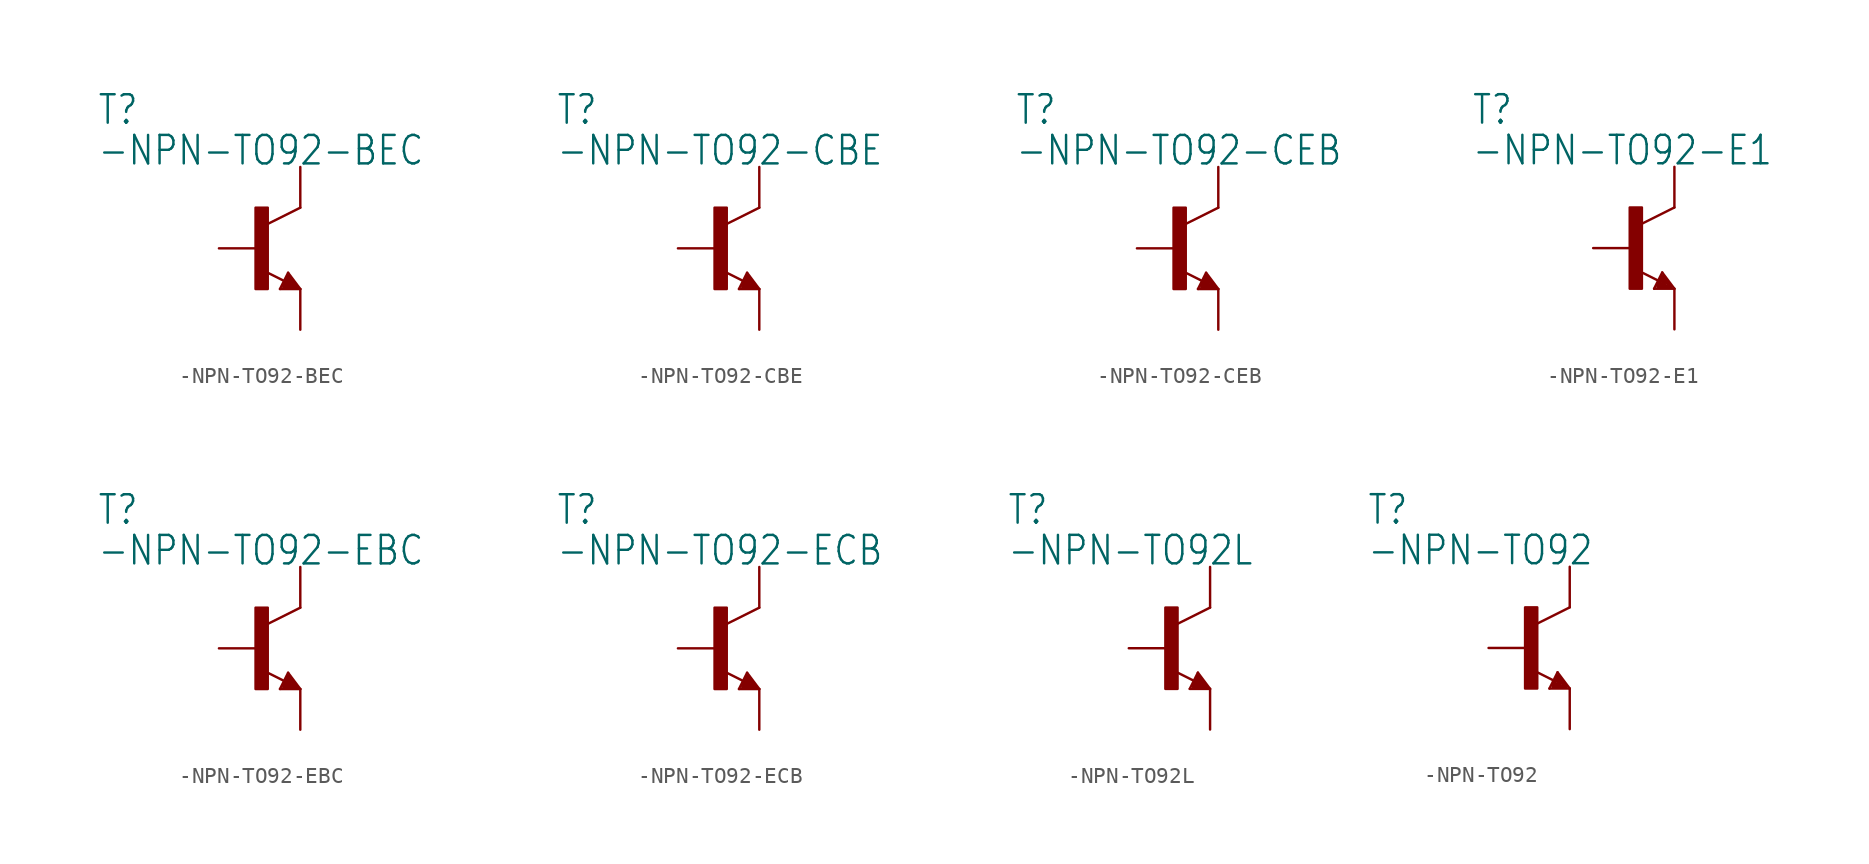
<source format=kicad_sym>
(kicad_symbol_lib
  (version 20211014)
  (generator kicad_symbol_editor)
  (symbol "-NPN-TO92-BEC"
    (property "Reference" "T"
      (at -10.16 7.62 0)
      (effects (font (size 1.778 1.511)) (justify left bottom)))
    (property "Value" "-NPN-TO92-BEC"
      (at -10.16 5.08 0)
      (effects (font (size 1.778 1.511)) (justify left bottom)))
    (property "ki_locked" ""
      (at 0 0 0)
      (effects (font (size 1.27 1.27))))
    (symbol "-NPN-TO92-BEC_1_0"
      (rectangle (start -0.254 -2.54) (end 0.508 2.54) (stroke (width 0) (type default) (color 0 0 0 0)) (fill (type outline)))
      (polyline (pts (xy 1.27 -2.54) (xy 1.778 -1.524)) (stroke (width 0.152) (type default) (color 0 0 0 0)) (fill (type none)))
      (polyline (pts (xy 1.524 -2.413) (xy 2.286 -2.413)) (stroke (width 0.254) (type default) (color 0 0 0 0)) (fill (type none)))
      (polyline (pts (xy 1.524 -2.286) (xy 1.905 -2.286)) (stroke (width 0.254) (type default) (color 0 0 0 0)) (fill (type none)))
      (polyline (pts (xy 1.54 -2.04) (xy 0.308 -1.424)) (stroke (width 0.152) (type default) (color 0 0 0 0)) (fill (type none)))
      (polyline (pts (xy 1.778 -1.778) (xy 1.524 -2.286)) (stroke (width 0.254) (type default) (color 0 0 0 0)) (fill (type none)))
      (polyline (pts (xy 1.778 -1.524) (xy 2.54 -2.54)) (stroke (width 0.152) (type default) (color 0 0 0 0)) (fill (type none)))
      (polyline (pts (xy 1.905 -2.286) (xy 1.778 -2.032)) (stroke (width 0.254) (type default) (color 0 0 0 0)) (fill (type none)))
      (polyline (pts (xy 2.286 -2.413) (xy 1.778 -1.778)) (stroke (width 0.254) (type default) (color 0 0 0 0)) (fill (type none)))
      (polyline (pts (xy 2.54 -2.54) (xy 1.27 -2.54)) (stroke (width 0.152) (type default) (color 0 0 0 0)) (fill (type none)))
      (polyline (pts (xy 2.54 2.54) (xy 0.508 1.524)) (stroke (width 0.152) (type default) (color 0 0 0 0)) (fill (type none)))
      (pin passive line (at -2.54 0 0) (length 2.54) (name "B" (effects (font (size 0 0)))) (number "B" (effects (font (size 0 0)))))
      (pin passive line (at 2.54 5.08 270) (length 2.54) (name "C" (effects (font (size 0 0)))) (number "C" (effects (font (size 0 0)))))
      (pin passive line (at 2.54 -5.08 90) (length 2.54) (name "E" (effects (font (size 0 0)))) (number "E" (effects (font (size 0 0)))))))
  (symbol "-NPN-TO92-CBE"
    (property "Reference" "T"
      (at -10.16 7.62 0)
      (effects (font (size 1.778 1.511)) (justify left bottom)))
    (property "Value" "-NPN-TO92-CBE"
      (at -10.16 5.08 0)
      (effects (font (size 1.778 1.511)) (justify left bottom)))
    (property "ki_locked" ""
      (at 0 0 0)
      (effects (font (size 1.27 1.27))))
    (symbol "-NPN-TO92-CBE_1_0"
      (rectangle (start -0.254 -2.54) (end 0.508 2.54) (stroke (width 0) (type default) (color 0 0 0 0)) (fill (type outline)))
      (polyline (pts (xy 1.27 -2.54) (xy 1.778 -1.524)) (stroke (width 0.152) (type default) (color 0 0 0 0)) (fill (type none)))
      (polyline (pts (xy 1.524 -2.413) (xy 2.286 -2.413)) (stroke (width 0.254) (type default) (color 0 0 0 0)) (fill (type none)))
      (polyline (pts (xy 1.524 -2.286) (xy 1.905 -2.286)) (stroke (width 0.254) (type default) (color 0 0 0 0)) (fill (type none)))
      (polyline (pts (xy 1.54 -2.04) (xy 0.308 -1.424)) (stroke (width 0.152) (type default) (color 0 0 0 0)) (fill (type none)))
      (polyline (pts (xy 1.778 -1.778) (xy 1.524 -2.286)) (stroke (width 0.254) (type default) (color 0 0 0 0)) (fill (type none)))
      (polyline (pts (xy 1.778 -1.524) (xy 2.54 -2.54)) (stroke (width 0.152) (type default) (color 0 0 0 0)) (fill (type none)))
      (polyline (pts (xy 1.905 -2.286) (xy 1.778 -2.032)) (stroke (width 0.254) (type default) (color 0 0 0 0)) (fill (type none)))
      (polyline (pts (xy 2.286 -2.413) (xy 1.778 -1.778)) (stroke (width 0.254) (type default) (color 0 0 0 0)) (fill (type none)))
      (polyline (pts (xy 2.54 -2.54) (xy 1.27 -2.54)) (stroke (width 0.152) (type default) (color 0 0 0 0)) (fill (type none)))
      (polyline (pts (xy 2.54 2.54) (xy 0.508 1.524)) (stroke (width 0.152) (type default) (color 0 0 0 0)) (fill (type none)))
      (pin passive line (at -2.54 0 0) (length 2.54) (name "B" (effects (font (size 0 0)))) (number "B" (effects (font (size 0 0)))))
      (pin passive line (at 2.54 5.08 270) (length 2.54) (name "C" (effects (font (size 0 0)))) (number "C" (effects (font (size 0 0)))))
      (pin passive line (at 2.54 -5.08 90) (length 2.54) (name "E" (effects (font (size 0 0)))) (number "E" (effects (font (size 0 0)))))))
  (symbol "-NPN-TO92-CEB"
    (property "Reference" "T"
      (at -10.16 7.62 0)
      (effects (font (size 1.778 1.511)) (justify left bottom)))
    (property "Value" "-NPN-TO92-CEB"
      (at -10.16 5.08 0)
      (effects (font (size 1.778 1.511)) (justify left bottom)))
    (property "ki_locked" ""
      (at 0 0 0)
      (effects (font (size 1.27 1.27))))
    (symbol "-NPN-TO92-CEB_1_0"
      (rectangle (start -0.254 -2.54) (end 0.508 2.54) (stroke (width 0) (type default) (color 0 0 0 0)) (fill (type outline)))
      (polyline (pts (xy 1.27 -2.54) (xy 1.778 -1.524)) (stroke (width 0.152) (type default) (color 0 0 0 0)) (fill (type none)))
      (polyline (pts (xy 1.524 -2.413) (xy 2.286 -2.413)) (stroke (width 0.254) (type default) (color 0 0 0 0)) (fill (type none)))
      (polyline (pts (xy 1.524 -2.286) (xy 1.905 -2.286)) (stroke (width 0.254) (type default) (color 0 0 0 0)) (fill (type none)))
      (polyline (pts (xy 1.54 -2.04) (xy 0.308 -1.424)) (stroke (width 0.152) (type default) (color 0 0 0 0)) (fill (type none)))
      (polyline (pts (xy 1.778 -1.778) (xy 1.524 -2.286)) (stroke (width 0.254) (type default) (color 0 0 0 0)) (fill (type none)))
      (polyline (pts (xy 1.778 -1.524) (xy 2.54 -2.54)) (stroke (width 0.152) (type default) (color 0 0 0 0)) (fill (type none)))
      (polyline (pts (xy 1.905 -2.286) (xy 1.778 -2.032)) (stroke (width 0.254) (type default) (color 0 0 0 0)) (fill (type none)))
      (polyline (pts (xy 2.286 -2.413) (xy 1.778 -1.778)) (stroke (width 0.254) (type default) (color 0 0 0 0)) (fill (type none)))
      (polyline (pts (xy 2.54 -2.54) (xy 1.27 -2.54)) (stroke (width 0.152) (type default) (color 0 0 0 0)) (fill (type none)))
      (polyline (pts (xy 2.54 2.54) (xy 0.508 1.524)) (stroke (width 0.152) (type default) (color 0 0 0 0)) (fill (type none)))
      (pin passive line (at -2.54 0 0) (length 2.54) (name "B" (effects (font (size 0 0)))) (number "B" (effects (font (size 0 0)))))
      (pin passive line (at 2.54 5.08 270) (length 2.54) (name "C" (effects (font (size 0 0)))) (number "C" (effects (font (size 0 0)))))
      (pin passive line (at 2.54 -5.08 90) (length 2.54) (name "E" (effects (font (size 0 0)))) (number "E" (effects (font (size 0 0)))))))
  (symbol "-NPN-TO92-E1"
    (property "Reference" "T"
      (at -10.16 7.62 0)
      (effects (font (size 1.778 1.511)) (justify left bottom)))
    (property "Value" "-NPN-TO92-E1"
      (at -10.16 5.08 0)
      (effects (font (size 1.778 1.511)) (justify left bottom)))
    (property "ki_locked" ""
      (at 0 0 0)
      (effects (font (size 1.27 1.27))))
    (symbol "-NPN-TO92-E1_1_0"
      (rectangle (start -0.254 -2.54) (end 0.508 2.54) (stroke (width 0) (type default) (color 0 0 0 0)) (fill (type outline)))
      (polyline (pts (xy 1.27 -2.54) (xy 1.778 -1.524)) (stroke (width 0.152) (type default) (color 0 0 0 0)) (fill (type none)))
      (polyline (pts (xy 1.524 -2.413) (xy 2.286 -2.413)) (stroke (width 0.254) (type default) (color 0 0 0 0)) (fill (type none)))
      (polyline (pts (xy 1.524 -2.286) (xy 1.905 -2.286)) (stroke (width 0.254) (type default) (color 0 0 0 0)) (fill (type none)))
      (polyline (pts (xy 1.54 -2.04) (xy 0.308 -1.424)) (stroke (width 0.152) (type default) (color 0 0 0 0)) (fill (type none)))
      (polyline (pts (xy 1.778 -1.778) (xy 1.524 -2.286)) (stroke (width 0.254) (type default) (color 0 0 0 0)) (fill (type none)))
      (polyline (pts (xy 1.778 -1.524) (xy 2.54 -2.54)) (stroke (width 0.152) (type default) (color 0 0 0 0)) (fill (type none)))
      (polyline (pts (xy 1.905 -2.286) (xy 1.778 -2.032)) (stroke (width 0.254) (type default) (color 0 0 0 0)) (fill (type none)))
      (polyline (pts (xy 2.286 -2.413) (xy 1.778 -1.778)) (stroke (width 0.254) (type default) (color 0 0 0 0)) (fill (type none)))
      (polyline (pts (xy 2.54 -2.54) (xy 1.27 -2.54)) (stroke (width 0.152) (type default) (color 0 0 0 0)) (fill (type none)))
      (polyline (pts (xy 2.54 2.54) (xy 0.508 1.524)) (stroke (width 0.152) (type default) (color 0 0 0 0)) (fill (type none)))
      (pin passive line (at 2.54 5.08 270) (length 2.54) (name "C" (effects (font (size 0 0)))) (number "1" (effects (font (size 0 0)))))
      (pin passive line (at -2.54 0 0) (length 2.54) (name "B" (effects (font (size 0 0)))) (number "2" (effects (font (size 0 0)))))
      (pin passive line (at 2.54 -5.08 90) (length 2.54) (name "E" (effects (font (size 0 0)))) (number "3" (effects (font (size 0 0)))))))
  (symbol "-NPN-TO92-EBC"
    (property "Reference" "T"
      (at -10.16 7.62 0)
      (effects (font (size 1.778 1.511)) (justify left bottom)))
    (property "Value" "-NPN-TO92-EBC"
      (at -10.16 5.08 0)
      (effects (font (size 1.778 1.511)) (justify left bottom)))
    (property "ki_locked" ""
      (at 0 0 0)
      (effects (font (size 1.27 1.27))))
    (symbol "-NPN-TO92-EBC_1_0"
      (rectangle (start -0.254 -2.54) (end 0.508 2.54) (stroke (width 0) (type default) (color 0 0 0 0)) (fill (type outline)))
      (polyline (pts (xy 1.27 -2.54) (xy 1.778 -1.524)) (stroke (width 0.152) (type default) (color 0 0 0 0)) (fill (type none)))
      (polyline (pts (xy 1.524 -2.413) (xy 2.286 -2.413)) (stroke (width 0.254) (type default) (color 0 0 0 0)) (fill (type none)))
      (polyline (pts (xy 1.524 -2.286) (xy 1.905 -2.286)) (stroke (width 0.254) (type default) (color 0 0 0 0)) (fill (type none)))
      (polyline (pts (xy 1.54 -2.04) (xy 0.308 -1.424)) (stroke (width 0.152) (type default) (color 0 0 0 0)) (fill (type none)))
      (polyline (pts (xy 1.778 -1.778) (xy 1.524 -2.286)) (stroke (width 0.254) (type default) (color 0 0 0 0)) (fill (type none)))
      (polyline (pts (xy 1.778 -1.524) (xy 2.54 -2.54)) (stroke (width 0.152) (type default) (color 0 0 0 0)) (fill (type none)))
      (polyline (pts (xy 1.905 -2.286) (xy 1.778 -2.032)) (stroke (width 0.254) (type default) (color 0 0 0 0)) (fill (type none)))
      (polyline (pts (xy 2.286 -2.413) (xy 1.778 -1.778)) (stroke (width 0.254) (type default) (color 0 0 0 0)) (fill (type none)))
      (polyline (pts (xy 2.54 -2.54) (xy 1.27 -2.54)) (stroke (width 0.152) (type default) (color 0 0 0 0)) (fill (type none)))
      (polyline (pts (xy 2.54 2.54) (xy 0.508 1.524)) (stroke (width 0.152) (type default) (color 0 0 0 0)) (fill (type none)))
      (pin passive line (at -2.54 0 0) (length 2.54) (name "B" (effects (font (size 0 0)))) (number "B" (effects (font (size 0 0)))))
      (pin passive line (at 2.54 5.08 270) (length 2.54) (name "C" (effects (font (size 0 0)))) (number "C" (effects (font (size 0 0)))))
      (pin passive line (at 2.54 -5.08 90) (length 2.54) (name "E" (effects (font (size 0 0)))) (number "E" (effects (font (size 0 0)))))))
  (symbol "-NPN-TO92-ECB"
    (property "Reference" "T"
      (at -10.16 7.62 0)
      (effects (font (size 1.778 1.511)) (justify left bottom)))
    (property "Value" "-NPN-TO92-ECB"
      (at -10.16 5.08 0)
      (effects (font (size 1.778 1.511)) (justify left bottom)))
    (property "ki_locked" ""
      (at 0 0 0)
      (effects (font (size 1.27 1.27))))
    (symbol "-NPN-TO92-ECB_1_0"
      (rectangle (start -0.254 -2.54) (end 0.508 2.54) (stroke (width 0) (type default) (color 0 0 0 0)) (fill (type outline)))
      (polyline (pts (xy 1.27 -2.54) (xy 1.778 -1.524)) (stroke (width 0.152) (type default) (color 0 0 0 0)) (fill (type none)))
      (polyline (pts (xy 1.524 -2.413) (xy 2.286 -2.413)) (stroke (width 0.254) (type default) (color 0 0 0 0)) (fill (type none)))
      (polyline (pts (xy 1.524 -2.286) (xy 1.905 -2.286)) (stroke (width 0.254) (type default) (color 0 0 0 0)) (fill (type none)))
      (polyline (pts (xy 1.54 -2.04) (xy 0.308 -1.424)) (stroke (width 0.152) (type default) (color 0 0 0 0)) (fill (type none)))
      (polyline (pts (xy 1.778 -1.778) (xy 1.524 -2.286)) (stroke (width 0.254) (type default) (color 0 0 0 0)) (fill (type none)))
      (polyline (pts (xy 1.778 -1.524) (xy 2.54 -2.54)) (stroke (width 0.152) (type default) (color 0 0 0 0)) (fill (type none)))
      (polyline (pts (xy 1.905 -2.286) (xy 1.778 -2.032)) (stroke (width 0.254) (type default) (color 0 0 0 0)) (fill (type none)))
      (polyline (pts (xy 2.286 -2.413) (xy 1.778 -1.778)) (stroke (width 0.254) (type default) (color 0 0 0 0)) (fill (type none)))
      (polyline (pts (xy 2.54 -2.54) (xy 1.27 -2.54)) (stroke (width 0.152) (type default) (color 0 0 0 0)) (fill (type none)))
      (polyline (pts (xy 2.54 2.54) (xy 0.508 1.524)) (stroke (width 0.152) (type default) (color 0 0 0 0)) (fill (type none)))
      (pin passive line (at -2.54 0 0) (length 2.54) (name "B" (effects (font (size 0 0)))) (number "B" (effects (font (size 0 0)))))
      (pin passive line (at 2.54 5.08 270) (length 2.54) (name "C" (effects (font (size 0 0)))) (number "C" (effects (font (size 0 0)))))
      (pin passive line (at 2.54 -5.08 90) (length 2.54) (name "E" (effects (font (size 0 0)))) (number "E" (effects (font (size 0 0)))))))
  (symbol "-NPN-TO92L"
    (property "Reference" "T"
      (at -10.16 7.62 0)
      (effects (font (size 1.778 1.511)) (justify left bottom)))
    (property "Value" "-NPN-TO92L"
      (at -10.16 5.08 0)
      (effects (font (size 1.778 1.511)) (justify left bottom)))
    (property "ki_locked" ""
      (at 0 0 0)
      (effects (font (size 1.27 1.27))))
    (symbol "-NPN-TO92L_1_0"
      (rectangle (start -0.254 -2.54) (end 0.508 2.54) (stroke (width 0) (type default) (color 0 0 0 0)) (fill (type outline)))
      (polyline (pts (xy 1.27 -2.54) (xy 1.778 -1.524)) (stroke (width 0.152) (type default) (color 0 0 0 0)) (fill (type none)))
      (polyline (pts (xy 1.524 -2.413) (xy 2.286 -2.413)) (stroke (width 0.254) (type default) (color 0 0 0 0)) (fill (type none)))
      (polyline (pts (xy 1.524 -2.286) (xy 1.905 -2.286)) (stroke (width 0.254) (type default) (color 0 0 0 0)) (fill (type none)))
      (polyline (pts (xy 1.54 -2.04) (xy 0.308 -1.424)) (stroke (width 0.152) (type default) (color 0 0 0 0)) (fill (type none)))
      (polyline (pts (xy 1.778 -1.778) (xy 1.524 -2.286)) (stroke (width 0.254) (type default) (color 0 0 0 0)) (fill (type none)))
      (polyline (pts (xy 1.778 -1.524) (xy 2.54 -2.54)) (stroke (width 0.152) (type default) (color 0 0 0 0)) (fill (type none)))
      (polyline (pts (xy 1.905 -2.286) (xy 1.778 -2.032)) (stroke (width 0.254) (type default) (color 0 0 0 0)) (fill (type none)))
      (polyline (pts (xy 2.286 -2.413) (xy 1.778 -1.778)) (stroke (width 0.254) (type default) (color 0 0 0 0)) (fill (type none)))
      (polyline (pts (xy 2.54 -2.54) (xy 1.27 -2.54)) (stroke (width 0.152) (type default) (color 0 0 0 0)) (fill (type none)))
      (polyline (pts (xy 2.54 2.54) (xy 0.508 1.524)) (stroke (width 0.152) (type default) (color 0 0 0 0)) (fill (type none)))
      (pin passive line (at 2.54 -5.08 90) (length 2.54) (name "E" (effects (font (size 0 0)))) (number "1" (effects (font (size 0 0)))))
      (pin passive line (at -2.54 0 0) (length 2.54) (name "B" (effects (font (size 0 0)))) (number "2" (effects (font (size 0 0)))))
      (pin passive line (at 2.54 5.08 270) (length 2.54) (name "C" (effects (font (size 0 0)))) (number "3" (effects (font (size 0 0)))))))
  (symbol "-NPN-TO92"
    (property "Reference" "T"
      (at -10.16 7.62 0)
      (effects (font (size 1.778 1.511)) (justify left bottom)))
    (property "Value" "-NPN-TO92"
      (at -10.16 5.08 0)
      (effects (font (size 1.778 1.511)) (justify left bottom)))
    (property "ki_locked" ""
      (at 0 0 0)
      (effects (font (size 1.27 1.27))))
    (symbol "-NPN-TO92_1_0"
      (rectangle (start -0.254 -2.54) (end 0.508 2.54) (stroke (width 0) (type default) (color 0 0 0 0)) (fill (type outline)))
      (polyline (pts (xy 1.27 -2.54) (xy 1.778 -1.524)) (stroke (width 0.152) (type default) (color 0 0 0 0)) (fill (type none)))
      (polyline (pts (xy 1.524 -2.413) (xy 2.286 -2.413)) (stroke (width 0.254) (type default) (color 0 0 0 0)) (fill (type none)))
      (polyline (pts (xy 1.524 -2.286) (xy 1.905 -2.286)) (stroke (width 0.254) (type default) (color 0 0 0 0)) (fill (type none)))
      (polyline (pts (xy 1.54 -2.04) (xy 0.308 -1.424)) (stroke (width 0.152) (type default) (color 0 0 0 0)) (fill (type none)))
      (polyline (pts (xy 1.778 -1.778) (xy 1.524 -2.286)) (stroke (width 0.254) (type default) (color 0 0 0 0)) (fill (type none)))
      (polyline (pts (xy 1.778 -1.524) (xy 2.54 -2.54)) (stroke (width 0.152) (type default) (color 0 0 0 0)) (fill (type none)))
      (polyline (pts (xy 1.905 -2.286) (xy 1.778 -2.032)) (stroke (width 0.254) (type default) (color 0 0 0 0)) (fill (type none)))
      (polyline (pts (xy 2.286 -2.413) (xy 1.778 -1.778)) (stroke (width 0.254) (type default) (color 0 0 0 0)) (fill (type none)))
      (polyline (pts (xy 2.54 -2.54) (xy 1.27 -2.54)) (stroke (width 0.152) (type default) (color 0 0 0 0)) (fill (type none)))
      (polyline (pts (xy 2.54 2.54) (xy 0.508 1.524)) (stroke (width 0.152) (type default) (color 0 0 0 0)) (fill (type none)))
      (pin passive line (at 2.54 -5.08 90) (length 2.54) (name "E" (effects (font (size 0 0)))) (number "1" (effects (font (size 0 0)))))
      (pin passive line (at -2.54 0 0) (length 2.54) (name "B" (effects (font (size 0 0)))) (number "2" (effects (font (size 0 0)))))
      (pin passive line (at 2.54 5.08 270) (length 2.54) (name "C" (effects (font (size 0 0)))) (number "3" (effects (font (size 0 0))))))))
</source>
